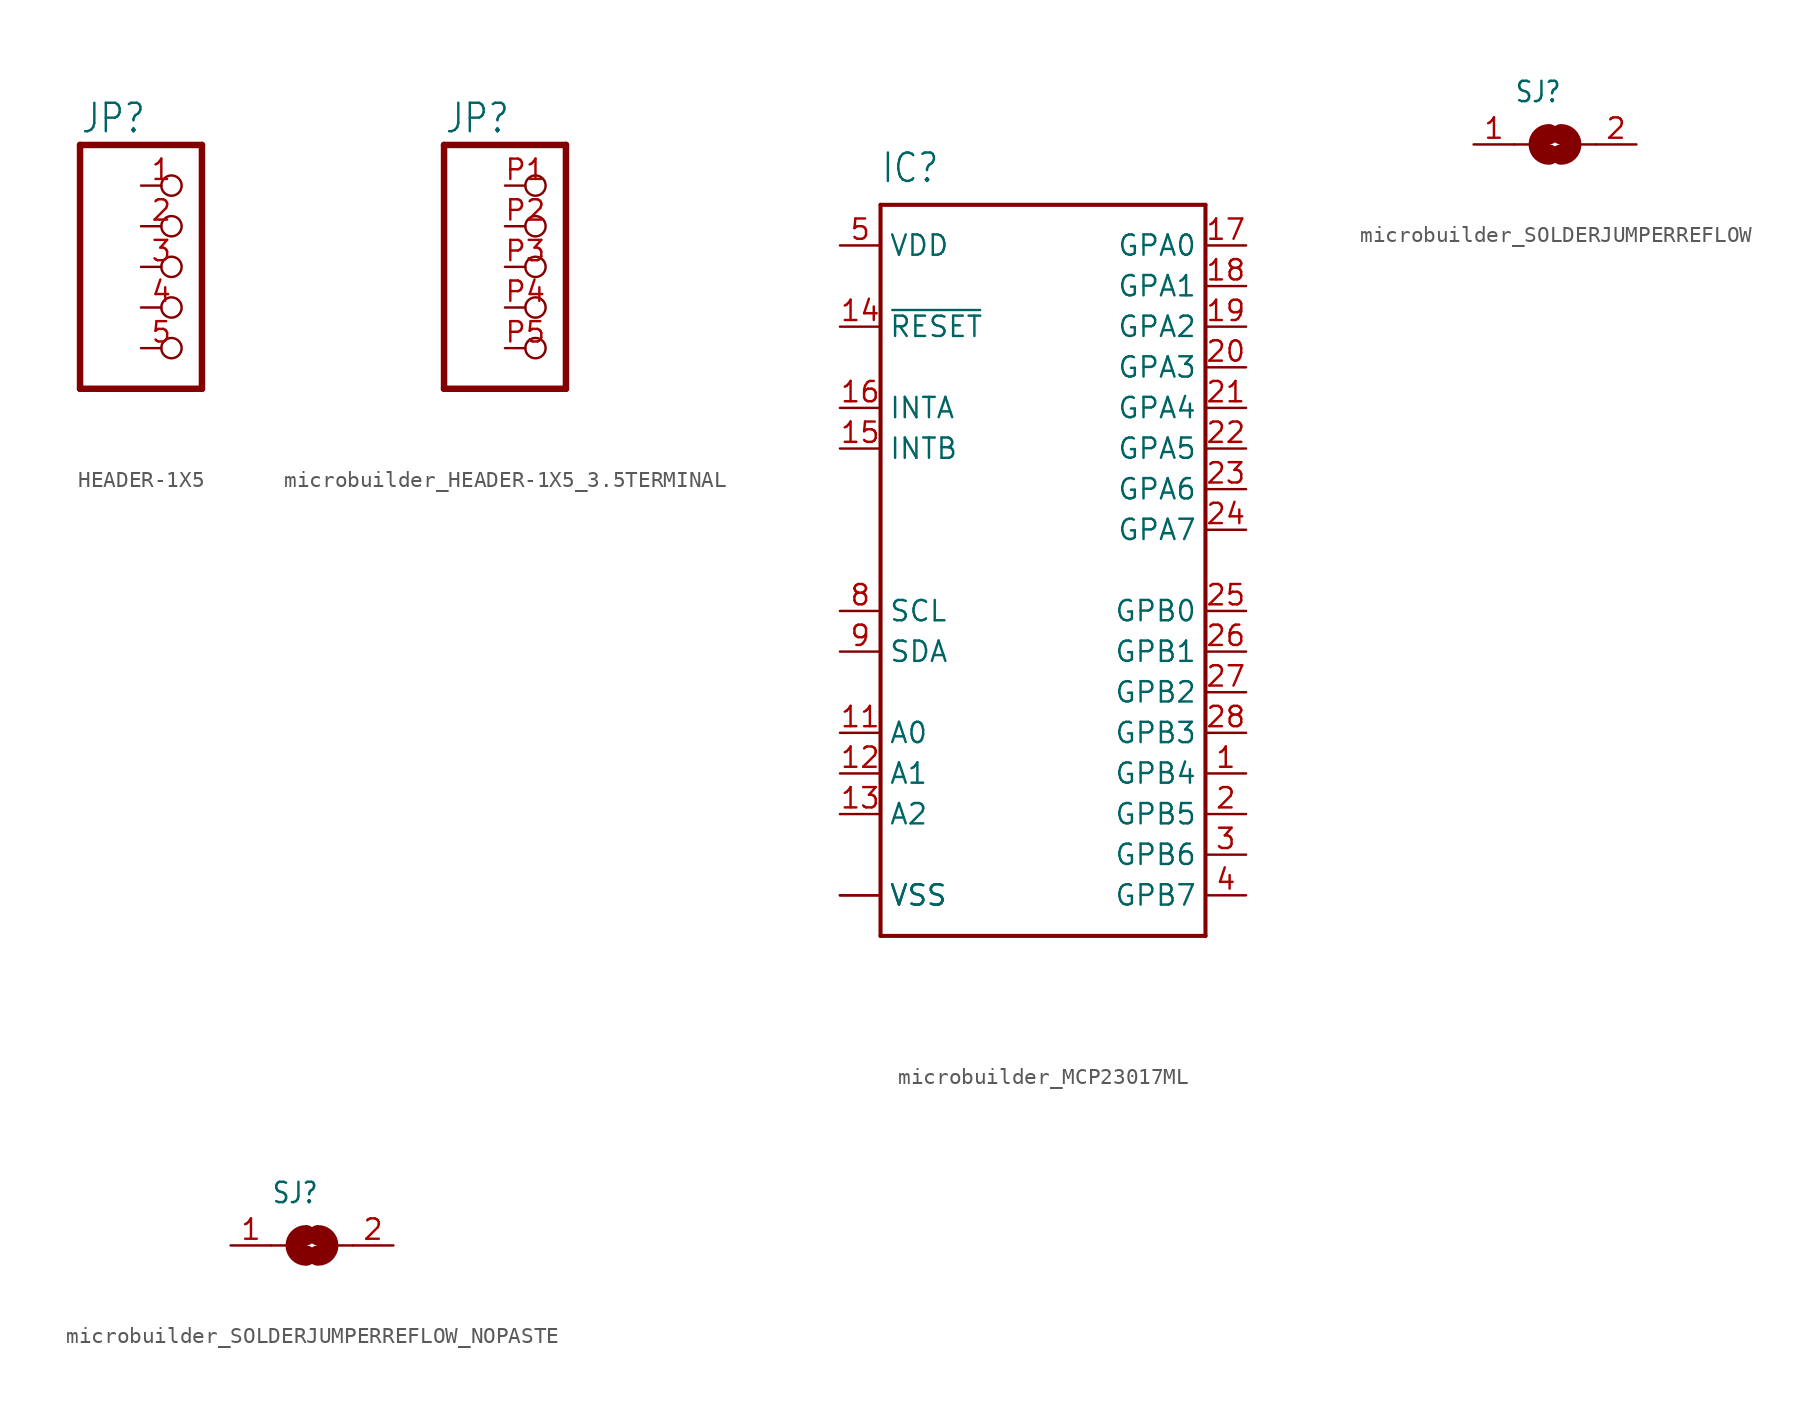
<source format=kicad_sym>
(kicad_symbol_lib
  (version 20220914)
  (generator kicad_symbol_editor)
  (symbol "HEADER-1X5"
    (property "Reference" "JP"
      (at -6.35 8.255 0)
      (effects (font (size 1.778 1.511)) (justify left bottom)))
    (property "Value" ""
      (at -6.35 -10.16 0)
      (effects (font (size 1.778 1.511)) (justify left bottom)))
    (property "ki_locked" ""
      (at 0 0 0)
      (effects (font (size 1.27 1.27))))
    (symbol "HEADER-1X5_1_0"
      (polyline (pts (xy -6.35 -7.62) (xy 1.27 -7.62)) (stroke (width 0.406) (type solid)) (fill (type none)))
      (polyline (pts (xy -6.35 7.62) (xy -6.35 -7.62)) (stroke (width 0.406) (type solid)) (fill (type none)))
      (polyline (pts (xy 1.27 -7.62) (xy 1.27 7.62)) (stroke (width 0.406) (type solid)) (fill (type none)))
      (polyline (pts (xy 1.27 7.62) (xy -6.35 7.62)) (stroke (width 0.406) (type solid)) (fill (type none)))
      (pin passive inverted (at -2.54 5.08 0) (length 2.54) (name "1" (effects (font (size 0 0)))) (number "1" (effects (font (size 1.27 1.27)))))
      (pin passive inverted (at -2.54 2.54 0) (length 2.54) (name "2" (effects (font (size 0 0)))) (number "2" (effects (font (size 1.27 1.27)))))
      (pin passive inverted (at -2.54 0 0) (length 2.54) (name "3" (effects (font (size 0 0)))) (number "3" (effects (font (size 1.27 1.27)))))
      (pin passive inverted (at -2.54 -2.54 0) (length 2.54) (name "4" (effects (font (size 0 0)))) (number "4" (effects (font (size 1.27 1.27)))))
      (pin passive inverted (at -2.54 -5.08 0) (length 2.54) (name "5" (effects (font (size 0 0)))) (number "5" (effects (font (size 1.27 1.27)))))))
  (symbol "microbuilder_HEADER-1X5_3.5TERMINAL"
    (property "Reference" "JP"
      (at -6.35 8.255 0)
      (effects (font (size 1.778 1.511)) (justify left bottom)))
    (property "Value" ""
      (at -6.35 -10.16 0)
      (effects (font (size 1.778 1.511)) (justify left bottom)))
    (property "ki_locked" ""
      (at 0 0 0)
      (effects (font (size 1.27 1.27))))
    (symbol "microbuilder_HEADER-1X5_3.5TERMINAL_1_0"
      (polyline (pts (xy -6.35 -7.62) (xy 1.27 -7.62)) (stroke (width 0.406) (type solid)) (fill (type none)))
      (polyline (pts (xy -6.35 7.62) (xy -6.35 -7.62)) (stroke (width 0.406) (type solid)) (fill (type none)))
      (polyline (pts (xy 1.27 -7.62) (xy 1.27 7.62)) (stroke (width 0.406) (type solid)) (fill (type none)))
      (polyline (pts (xy 1.27 7.62) (xy -6.35 7.62)) (stroke (width 0.406) (type solid)) (fill (type none)))
      (pin passive inverted (at -2.54 5.08 0) (length 2.54) (name "1" (effects (font (size 0 0)))) (number "P1" (effects (font (size 1.27 1.27)))))
      (pin passive inverted (at -2.54 2.54 0) (length 2.54) (name "2" (effects (font (size 0 0)))) (number "P2" (effects (font (size 1.27 1.27)))))
      (pin passive inverted (at -2.54 0 0) (length 2.54) (name "3" (effects (font (size 0 0)))) (number "P3" (effects (font (size 1.27 1.27)))))
      (pin passive inverted (at -2.54 -2.54 0) (length 2.54) (name "4" (effects (font (size 0 0)))) (number "P4" (effects (font (size 1.27 1.27)))))
      (pin passive inverted (at -2.54 -5.08 0) (length 2.54) (name "5" (effects (font (size 0 0)))) (number "P5" (effects (font (size 1.27 1.27)))))))
  (symbol "microbuilder_MCP23017ML"
    (property "Reference" "IC"
      (at -10.16 24.13 0)
      (effects (font (size 1.778 1.511)) (justify left bottom)))
    (property "Value" ""
      (at -10.16 -25.4 0)
      (effects (font (size 1.778 1.511)) (justify left bottom)))
    (property "ki_locked" ""
      (at 0 0 0)
      (effects (font (size 1.27 1.27))))
    (symbol "microbuilder_MCP23017ML_1_0"
      (polyline (pts (xy -10.16 -22.86) (xy -10.16 22.86)) (stroke (width 0.254) (type solid)) (fill (type none)))
      (polyline (pts (xy -10.16 22.86) (xy 10.16 22.86)) (stroke (width 0.254) (type solid)) (fill (type none)))
      (polyline (pts (xy 10.16 -22.86) (xy -10.16 -22.86)) (stroke (width 0.254) (type solid)) (fill (type none)))
      (polyline (pts (xy 10.16 22.86) (xy 10.16 -22.86)) (stroke (width 0.254) (type solid)) (fill (type none)))
      (pin bidirectional line (at 12.7 -12.7 180) (length 2.54) (name "GPB4" (effects (font (size 1.27 1.27)))) (number "1" (effects (font (size 1.27 1.27)))))
      (pin input line (at -12.7 -10.16 0) (length 2.54) (name "A0" (effects (font (size 1.27 1.27)))) (number "11" (effects (font (size 1.27 1.27)))))
      (pin input line (at -12.7 -12.7 0) (length 2.54) (name "A1" (effects (font (size 1.27 1.27)))) (number "12" (effects (font (size 1.27 1.27)))))
      (pin input line (at -12.7 -15.24 0) (length 2.54) (name "A2" (effects (font (size 1.27 1.27)))) (number "13" (effects (font (size 1.27 1.27)))))
      (pin input line (at -12.7 15.24 0) (length 2.54) (name "~{RESET}" (effects (font (size 1.27 1.27)))) (number "14" (effects (font (size 1.27 1.27)))))
      (pin output line (at -12.7 7.62 0) (length 2.54) (name "INTB" (effects (font (size 1.27 1.27)))) (number "15" (effects (font (size 1.27 1.27)))))
      (pin output line (at -12.7 10.16 0) (length 2.54) (name "INTA" (effects (font (size 1.27 1.27)))) (number "16" (effects (font (size 1.27 1.27)))))
      (pin bidirectional line (at 12.7 20.32 180) (length 2.54) (name "GPA0" (effects (font (size 1.27 1.27)))) (number "17" (effects (font (size 1.27 1.27)))))
      (pin bidirectional line (at 12.7 17.78 180) (length 2.54) (name "GPA1" (effects (font (size 1.27 1.27)))) (number "18" (effects (font (size 1.27 1.27)))))
      (pin bidirectional line (at 12.7 15.24 180) (length 2.54) (name "GPA2" (effects (font (size 1.27 1.27)))) (number "19" (effects (font (size 1.27 1.27)))))
      (pin bidirectional line (at 12.7 -15.24 180) (length 2.54) (name "GPB5" (effects (font (size 1.27 1.27)))) (number "2" (effects (font (size 1.27 1.27)))))
      (pin bidirectional line (at 12.7 12.7 180) (length 2.54) (name "GPA3" (effects (font (size 1.27 1.27)))) (number "20" (effects (font (size 1.27 1.27)))))
      (pin bidirectional line (at 12.7 10.16 180) (length 2.54) (name "GPA4" (effects (font (size 1.27 1.27)))) (number "21" (effects (font (size 1.27 1.27)))))
      (pin bidirectional line (at 12.7 7.62 180) (length 2.54) (name "GPA5" (effects (font (size 1.27 1.27)))) (number "22" (effects (font (size 1.27 1.27)))))
      (pin bidirectional line (at 12.7 5.08 180) (length 2.54) (name "GPA6" (effects (font (size 1.27 1.27)))) (number "23" (effects (font (size 1.27 1.27)))))
      (pin bidirectional line (at 12.7 2.54 180) (length 2.54) (name "GPA7" (effects (font (size 1.27 1.27)))) (number "24" (effects (font (size 1.27 1.27)))))
      (pin bidirectional line (at 12.7 -2.54 180) (length 2.54) (name "GPB0" (effects (font (size 1.27 1.27)))) (number "25" (effects (font (size 1.27 1.27)))))
      (pin bidirectional line (at 12.7 -5.08 180) (length 2.54) (name "GPB1" (effects (font (size 1.27 1.27)))) (number "26" (effects (font (size 1.27 1.27)))))
      (pin bidirectional line (at 12.7 -7.62 180) (length 2.54) (name "GPB2" (effects (font (size 1.27 1.27)))) (number "27" (effects (font (size 1.27 1.27)))))
      (pin bidirectional line (at 12.7 -10.16 180) (length 2.54) (name "GPB3" (effects (font (size 1.27 1.27)))) (number "28" (effects (font (size 1.27 1.27)))))
      (pin bidirectional line (at 12.7 -17.78 180) (length 2.54) (name "GPB6" (effects (font (size 1.27 1.27)))) (number "3" (effects (font (size 1.27 1.27)))))
      (pin bidirectional line (at 12.7 -20.32 180) (length 2.54) (name "GPB7" (effects (font (size 1.27 1.27)))) (number "4" (effects (font (size 1.27 1.27)))))
      (pin power_in line (at -12.7 20.32 0) (length 2.54) (name "VDD" (effects (font (size 1.27 1.27)))) (number "5" (effects (font (size 1.27 1.27)))))
      (pin power_in line (at -12.7 -20.32 0) (length 2.54) (name "VSS" (effects (font (size 1.27 1.27)))) (number "6" (effects (font (size 0 0)))))
      (pin input line (at -12.7 -2.54 0) (length 2.54) (name "SCL" (effects (font (size 1.27 1.27)))) (number "8" (effects (font (size 1.27 1.27)))))
      (pin bidirectional line (at -12.7 -5.08 0) (length 2.54) (name "SDA" (effects (font (size 1.27 1.27)))) (number "9" (effects (font (size 1.27 1.27)))))
      (pin power_in line (at -12.7 -20.32 0) (length 2.54) (name "VSS" (effects (font (size 1.27 1.27)))) (number "EXP" (effects (font (size 0 0)))))))
  (symbol "microbuilder_SOLDERJUMPERREFLOW"
    (property "Reference" "SJ"
      (at -2.54 2.54 0)
      (effects (font (size 1.27 1.079)) (justify left bottom)))
    (property "Value" ""
      (at -2.54 -3.81 0)
      (effects (font (size 1.27 1.079)) (justify left bottom)))
    (property "ki_locked" ""
      (at 0 0 0)
      (effects (font (size 1.27 1.27))))
    (symbol "microbuilder_SOLDERJUMPERREFLOW_1_0"
      (arc (start -0.3808 0.635) (mid -1.0159 0.0001) (end -0.381 -0.635) (stroke (width 1.27) (type solid)) (fill (type none)))
      (polyline (pts (xy -2.54 0) (xy -1.651 0)) (stroke (width 0.152) (type solid)) (fill (type none)))
      (polyline (pts (xy 2.54 0) (xy 1.651 0)) (stroke (width 0.152) (type solid)) (fill (type none)))
      (arc (start 0.3808 -0.635) (mid 1.0159 -0.0001) (end 0.381 0.635) (stroke (width 1.27) (type solid)) (fill (type none)))
      (pin passive line (at -5.08 0 0) (length 2.54) (name "1" (effects (font (size 0 0)))) (number "1" (effects (font (size 1.27 1.27)))))
      (pin passive line (at 5.08 0 180) (length 2.54) (name "2" (effects (font (size 0 0)))) (number "2" (effects (font (size 1.27 1.27)))))))
  (symbol "microbuilder_SOLDERJUMPERREFLOW_NOPASTE"
    (property "Reference" "SJ"
      (at -2.54 2.54 0)
      (effects (font (size 1.27 1.079)) (justify left bottom)))
    (property "Value" ""
      (at -2.54 -3.81 0)
      (effects (font (size 1.27 1.079)) (justify left bottom)))
    (property "ki_locked" ""
      (at 0 0 0)
      (effects (font (size 1.27 1.27))))
    (symbol "microbuilder_SOLDERJUMPERREFLOW_NOPASTE_1_0"
      (arc (start -0.3808 0.635) (mid -1.0159 0.0001) (end -0.381 -0.635) (stroke (width 1.27) (type solid)) (fill (type none)))
      (polyline (pts (xy -2.54 0) (xy -1.651 0)) (stroke (width 0.152) (type solid)) (fill (type none)))
      (polyline (pts (xy 2.54 0) (xy 1.651 0)) (stroke (width 0.152) (type solid)) (fill (type none)))
      (arc (start 0.3808 -0.635) (mid 1.0159 -0.0001) (end 0.381 0.635) (stroke (width 1.27) (type solid)) (fill (type none)))
      (pin passive line (at -5.08 0 0) (length 2.54) (name "1" (effects (font (size 0 0)))) (number "1" (effects (font (size 1.27 1.27)))))
      (pin passive line (at 5.08 0 180) (length 2.54) (name "2" (effects (font (size 0 0)))) (number "2" (effects (font (size 1.27 1.27))))))))
</source>
